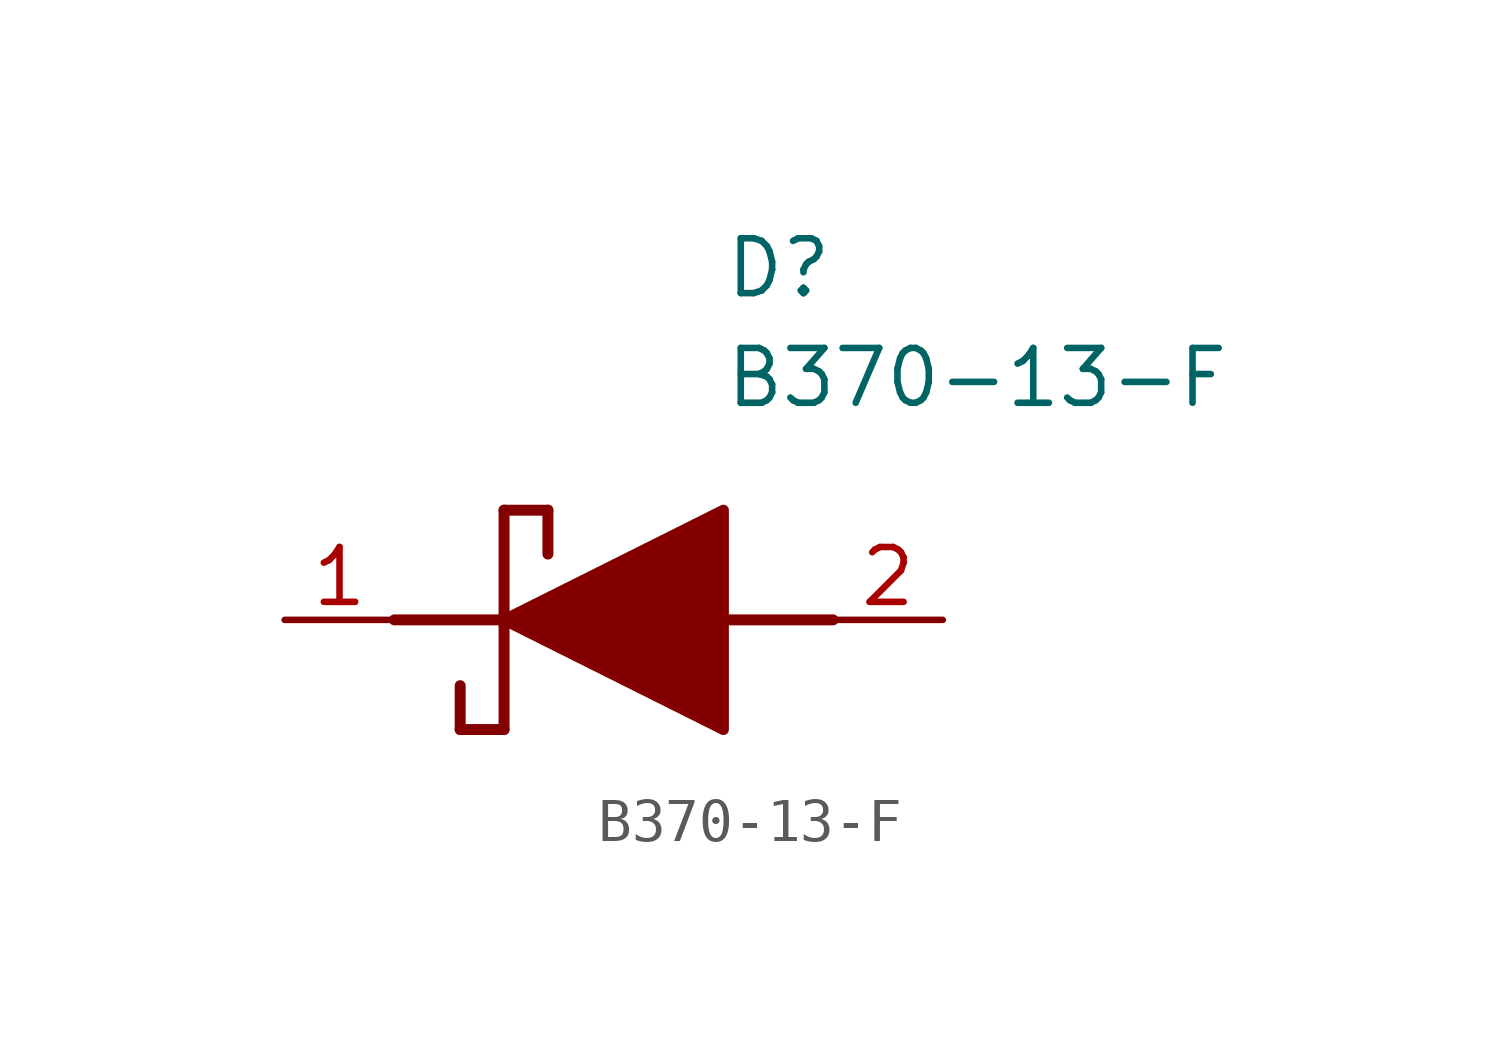
<source format=kicad_sym>
(kicad_symbol_lib
  (version 20211014)
  (generator SamacSys_ECAD_Model)
  (symbol "B370-13-F"
    (pin_names hide)
    (property "Reference" "D"
      (at 12.7 8.89 0)
      (effects (font (size 1.27 1.27)) (justify left top)))
    (property "Value" "B370-13-F"
      (at 12.7 6.35 0)
      (effects (font (size 1.27 1.27)) (justify left top)))
    (polyline
      (pts (xy 7.62 2.54) (xy 7.62 -2.54))
      (stroke (width 0.254) (type default))
      (fill (type none)))
    (polyline
      (pts (xy 7.62 2.54) (xy 8.636 2.54))
      (stroke (width 0.254) (type default))
      (fill (type none)))
    (polyline
      (pts (xy 8.636 1.524) (xy 8.636 2.54))
      (stroke (width 0.254) (type default))
      (fill (type none)))
    (polyline
      (pts (xy 7.62 -2.54) (xy 6.604 -2.54))
      (stroke (width 0.254) (type default))
      (fill (type none)))
    (polyline
      (pts (xy 6.604 -1.524) (xy 6.604 -2.54))
      (stroke (width 0.254) (type default))
      (fill (type none)))
    (polyline
      (pts (xy 5.08 0) (xy 7.62 0))
      (stroke (width 0.254) (type default))
      (fill (type none)))
    (polyline
      (pts (xy 12.7 0) (xy 15.24 0))
      (stroke (width 0.254) (type default))
      (fill (type none)))
    (polyline
      (pts (xy 7.62 0) (xy 12.7 2.54) (xy 12.7 -2.54) (xy 7.62 0))
      (stroke (width 0.254) (type default))
      (fill (type outline)))
    (pin passive line
      (at 2.54 0 0)
      (length 2.54)
      (name "K" (effects (font (size 1.27 1.27))))
      (number "1" (effects (font (size 1.27 1.27)))))
    (pin passive line
      (at 17.78 0 180)
      (length 2.54)
      (name "A" (effects (font (size 1.27 1.27))))
      (number "2" (effects (font (size 1.27 1.27)))))))
</source>
